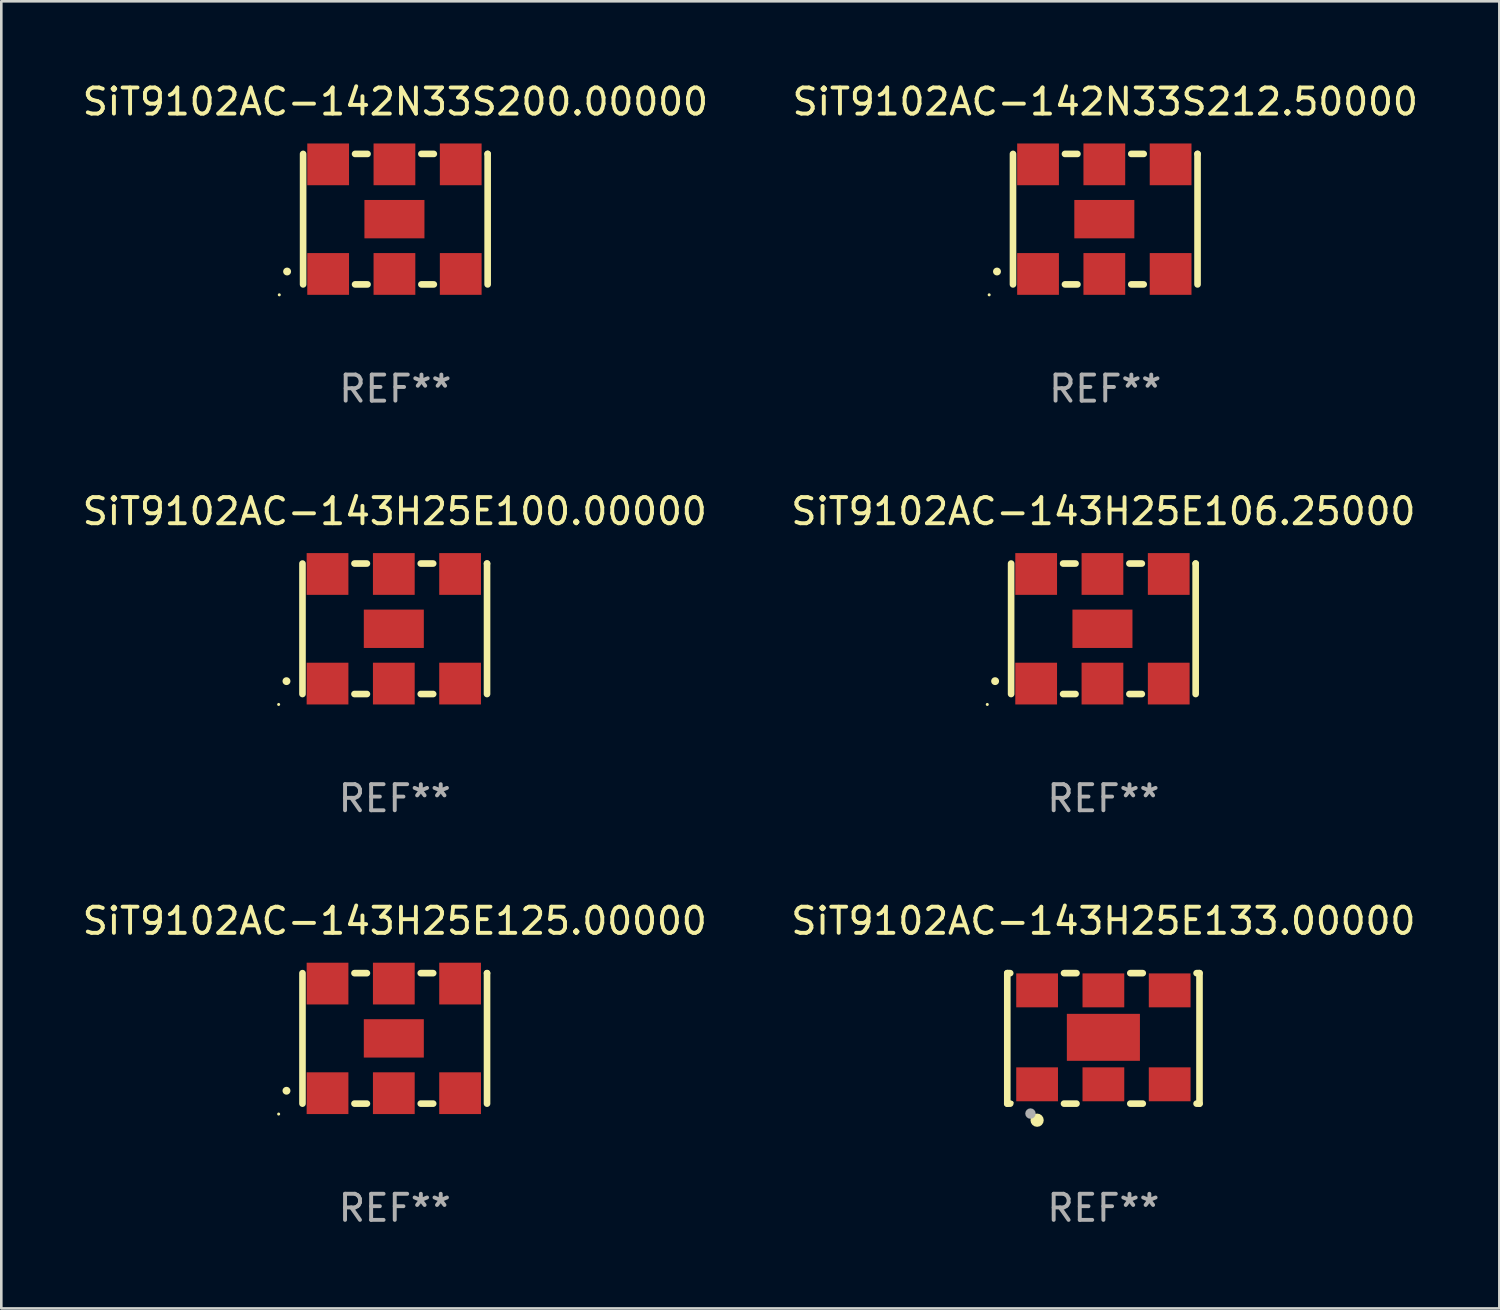
<source format=kicad_pcb>
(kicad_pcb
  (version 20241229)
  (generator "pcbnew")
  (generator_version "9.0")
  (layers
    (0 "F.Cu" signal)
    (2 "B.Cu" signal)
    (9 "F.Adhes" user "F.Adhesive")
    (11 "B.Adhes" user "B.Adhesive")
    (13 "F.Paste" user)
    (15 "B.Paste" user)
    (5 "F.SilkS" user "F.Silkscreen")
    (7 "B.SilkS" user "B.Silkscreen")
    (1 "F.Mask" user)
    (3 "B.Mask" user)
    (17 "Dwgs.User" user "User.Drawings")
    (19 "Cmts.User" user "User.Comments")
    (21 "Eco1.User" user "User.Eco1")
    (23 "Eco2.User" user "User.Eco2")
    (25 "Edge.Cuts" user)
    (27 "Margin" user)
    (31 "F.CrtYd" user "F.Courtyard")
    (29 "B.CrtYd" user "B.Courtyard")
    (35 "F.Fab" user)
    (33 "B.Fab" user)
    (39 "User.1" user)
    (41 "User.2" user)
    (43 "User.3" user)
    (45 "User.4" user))
  (footprint "SiT9102AC-142N33S200.00000"
    (layer "F.Cu")
    (at 12.101 5.348)
    (property "Reference" "SiT9102AC-142N33S200.00000" (at 0 -4.5 0) (layer "F.SilkS") (effects (font (size 1 1) (thickness 0.15))))
    (attr through_hole)
    (fp_line (start -3.536 -2.5) (end -3.536 2.5) (stroke (width 0.254) (type solid)) (layer "F.SilkS"))
    (fp_line (start -1.544 2.5) (end -1.067 2.5) (stroke (width 0.254) (type solid)) (layer "F.SilkS"))
    (fp_line (start -1.067 -2.5) (end -1.544 -2.5) (stroke (width 0.254) (type solid)) (layer "F.SilkS"))
    (fp_line (start 0.996 2.5) (end 1.473 2.5) (stroke (width 0.254) (type solid)) (layer "F.SilkS"))
    (fp_line (start 1.473 -2.5) (end 0.996 -2.5) (stroke (width 0.254) (type solid)) (layer "F.SilkS"))
    (fp_line (start 3.536 -2.5) (end 3.536 -2.5) (stroke (width 0.254) (type solid)) (layer "F.SilkS"))
    (fp_line (start 3.536 2.5) (end 3.536 -2.5) (stroke (width 0.254) (type solid)) (layer "F.SilkS"))
    (fp_arc (start -4.150432 2.006604) (mid -4.149162 2.006599) (end -4.147892 2.006604) (stroke (width 0.3) (type solid)) (layer "F.SilkS"))
    (fp_circle (center -4.449 2.9) (end -4.419 2.9) (stroke (width 0.06) (type solid)) (fill no) (layer "F.SilkS"))
    (fp_text user "REF**" (at 0 6.5 0) (layer "F.Fab") (effects (font (size 1 1) (thickness 0.15))))
    (pad "1" smd rect (at -2.576 2.1) (size 1.6 1.6) (layers "F.Cu" "F.Mask" "F.Paste"))
    (pad "2" smd rect (at -0.036 2.1) (size 1.6 1.6) (layers "F.Cu" "F.Mask" "F.Paste"))
    (pad "3" smd rect (at 2.504 2.1) (size 1.6 1.6) (layers "F.Cu" "F.Mask" "F.Paste"))
    (pad "4" smd rect (at 2.504 -2.1) (size 1.6 1.6) (layers "F.Cu" "F.Mask" "F.Paste"))
    (pad "5" smd rect (at -0.036 -2.1) (size 1.6 1.6) (layers "F.Cu" "F.Mask" "F.Paste"))
    (pad "6" smd rect (at -2.576 -2.1) (size 1.6 1.6) (layers "F.Cu" "F.Mask" "F.Paste"))
    (pad "7" smd rect (at -0.036 0) (size 2.3 1.47) (layers "F.Cu" "F.Mask" "F.Paste")))
  (footprint "SiT9102AC-143H25E106.25000"
    (layer "F.Cu")
    (at 39.232 21.045)
    (property "Reference" "SiT9102AC-143H25E106.25000" (at 0 -4.5 0) (layer "F.SilkS") (effects (font (size 1 1) (thickness 0.15))))
    (attr through_hole)
    (fp_line (start -3.536 -2.5) (end -3.536 2.5) (stroke (width 0.254) (type solid)) (layer "F.SilkS"))
    (fp_line (start -1.544 2.5) (end -1.067 2.5) (stroke (width 0.254) (type solid)) (layer "F.SilkS"))
    (fp_line (start -1.067 -2.5) (end -1.544 -2.5) (stroke (width 0.254) (type solid)) (layer "F.SilkS"))
    (fp_line (start 0.996 2.5) (end 1.473 2.5) (stroke (width 0.254) (type solid)) (layer "F.SilkS"))
    (fp_line (start 1.473 -2.5) (end 0.996 -2.5) (stroke (width 0.254) (type solid)) (layer "F.SilkS"))
    (fp_line (start 3.536 -2.5) (end 3.536 -2.5) (stroke (width 0.254) (type solid)) (layer "F.SilkS"))
    (fp_line (start 3.536 2.5) (end 3.536 -2.5) (stroke (width 0.254) (type solid)) (layer "F.SilkS"))
    (fp_arc (start -4.150432 2.006604) (mid -4.149162 2.006599) (end -4.147892 2.006604) (stroke (width 0.3) (type solid)) (layer "F.SilkS"))
    (fp_circle (center -4.449 2.9) (end -4.419 2.9) (stroke (width 0.06) (type solid)) (fill no) (layer "F.SilkS"))
    (fp_text user "REF**" (at 0 6.5 0) (layer "F.Fab") (effects (font (size 1 1) (thickness 0.15))))
    (pad "1" smd rect (at -2.576 2.1) (size 1.6 1.6) (layers "F.Cu" "F.Mask" "F.Paste"))
    (pad "2" smd rect (at -0.036 2.1) (size 1.6 1.6) (layers "F.Cu" "F.Mask" "F.Paste"))
    (pad "3" smd rect (at 2.504 2.1) (size 1.6 1.6) (layers "F.Cu" "F.Mask" "F.Paste"))
    (pad "4" smd rect (at 2.504 -2.1) (size 1.6 1.6) (layers "F.Cu" "F.Mask" "F.Paste"))
    (pad "5" smd rect (at -0.036 -2.1) (size 1.6 1.6) (layers "F.Cu" "F.Mask" "F.Paste"))
    (pad "6" smd rect (at -2.576 -2.1) (size 1.6 1.6) (layers "F.Cu" "F.Mask" "F.Paste"))
    (pad "7" smd rect (at -0.036 0) (size 2.3 1.47) (layers "F.Cu" "F.Mask" "F.Paste")))
  (footprint "SiT9102AC-143H25E133.00000"
    (layer "F.Cu")
    (at 39.232 36.741)
    (property "Reference" "SiT9102AC-143H25E133.00000" (at 0 -4.5 0) (layer "F.SilkS") (effects (font (size 1 1) (thickness 0.15))))
    (attr through_hole)
    (fp_line (start -3.683 -2.5) (end -3.571 -2.5) (stroke (width 0.254) (type solid)) (layer "F.SilkS"))
    (fp_line (start -3.683 2.5) (end -3.683 -2.5) (stroke (width 0.254) (type solid)) (layer "F.SilkS"))
    (fp_line (start -3.683 2.5) (end -3.571 2.5) (stroke (width 0.254) (type solid)) (layer "F.SilkS"))
    (fp_line (start -1.509 -2.5) (end -1.031 -2.5) (stroke (width 0.254) (type solid)) (layer "F.SilkS"))
    (fp_line (start -1.509 2.5) (end -1.031 2.5) (stroke (width 0.254) (type solid)) (layer "F.SilkS"))
    (fp_line (start 1.031 -2.5) (end 1.509 -2.5) (stroke (width 0.254) (type solid)) (layer "F.SilkS"))
    (fp_line (start 1.031 2.5) (end 1.509 2.5) (stroke (width 0.254) (type solid)) (layer "F.SilkS"))
    (fp_line (start 3.571 -2.5) (end 3.683 -2.5) (stroke (width 0.254) (type solid)) (layer "F.SilkS"))
    (fp_line (start 3.571 2.5) (end 3.683 2.5) (stroke (width 0.254) (type solid)) (layer "F.SilkS"))
    (fp_line (start 3.683 2.5) (end 3.683 -2.5) (stroke (width 0.254) (type solid)) (layer "F.SilkS"))
    (fp_circle (center -3.5 2.46) (end -3.47 2.46) (stroke (width 0.06) (type solid)) (fill no) (layer "F.SilkS"))
    (fp_circle (center -2.54 3.135) (end -2.413 3.135) (stroke (width 0.254) (type solid)) (fill no) (layer "F.SilkS"))
    (fp_circle (center -2.794 2.881) (end -2.694 2.881) (stroke (width 0.2) (type solid)) (fill no) (layer "F.Fab"))
    (fp_text user "REF**" (at 0 6.5 0) (layer "F.Fab") (effects (font (size 1 1) (thickness 0.15))))
    (pad "1" smd rect (at -2.54 1.76) (size 1.6 1.3) (layers "F.Cu" "F.Mask" "F.Paste"))
    (pad "2" smd rect (at 0 1.76) (size 1.6 1.3) (layers "F.Cu" "F.Mask" "F.Paste"))
    (pad "3" smd rect (at 2.54 1.76) (size 1.6 1.3) (layers "F.Cu" "F.Mask" "F.Paste"))
    (pad "4" smd rect (at 2.54 -1.84) (size 1.6 1.3) (layers "F.Cu" "F.Mask" "F.Paste"))
    (pad "5" smd rect (at 0 -1.84) (size 1.6 1.3) (layers "F.Cu" "F.Mask" "F.Paste"))
    (pad "6" smd rect (at -2.54 -1.84) (size 1.6 1.3) (layers "F.Cu" "F.Mask" "F.Paste"))
    (pad "7" smd rect (at 0 -0.04) (size 2.8 1.8) (layers "F.Cu" "F.Mask" "F.Paste")))
  (footprint "SiT9102AC-142N33S212.50000"
    (layer "F.Cu")
    (at 39.304 5.348)
    (property "Reference" "SiT9102AC-142N33S212.50000" (at 0 -4.5 0) (layer "F.SilkS") (effects (font (size 1 1) (thickness 0.15))))
    (attr through_hole)
    (fp_line (start -3.536 -2.5) (end -3.536 2.5) (stroke (width 0.254) (type solid)) (layer "F.SilkS"))
    (fp_line (start -1.544 2.5) (end -1.067 2.5) (stroke (width 0.254) (type solid)) (layer "F.SilkS"))
    (fp_line (start -1.067 -2.5) (end -1.544 -2.5) (stroke (width 0.254) (type solid)) (layer "F.SilkS"))
    (fp_line (start 0.996 2.5) (end 1.473 2.5) (stroke (width 0.254) (type solid)) (layer "F.SilkS"))
    (fp_line (start 1.473 -2.5) (end 0.996 -2.5) (stroke (width 0.254) (type solid)) (layer "F.SilkS"))
    (fp_line (start 3.536 -2.5) (end 3.536 -2.5) (stroke (width 0.254) (type solid)) (layer "F.SilkS"))
    (fp_line (start 3.536 2.5) (end 3.536 -2.5) (stroke (width 0.254) (type solid)) (layer "F.SilkS"))
    (fp_arc (start -4.150432 2.006604) (mid -4.149162 2.006599) (end -4.147892 2.006604) (stroke (width 0.3) (type solid)) (layer "F.SilkS"))
    (fp_circle (center -4.449 2.9) (end -4.419 2.9) (stroke (width 0.06) (type solid)) (fill no) (layer "F.SilkS"))
    (fp_text user "REF**" (at 0 6.5 0) (layer "F.Fab") (effects (font (size 1 1) (thickness 0.15))))
    (pad "1" smd rect (at -2.576 2.1) (size 1.6 1.6) (layers "F.Cu" "F.Mask" "F.Paste"))
    (pad "2" smd rect (at -0.036 2.1) (size 1.6 1.6) (layers "F.Cu" "F.Mask" "F.Paste"))
    (pad "3" smd rect (at 2.504 2.1) (size 1.6 1.6) (layers "F.Cu" "F.Mask" "F.Paste"))
    (pad "4" smd rect (at 2.504 -2.1) (size 1.6 1.6) (layers "F.Cu" "F.Mask" "F.Paste"))
    (pad "5" smd rect (at -0.036 -2.1) (size 1.6 1.6) (layers "F.Cu" "F.Mask" "F.Paste"))
    (pad "6" smd rect (at -2.576 -2.1) (size 1.6 1.6) (layers "F.Cu" "F.Mask" "F.Paste"))
    (pad "7" smd rect (at -0.036 0) (size 2.3 1.47) (layers "F.Cu" "F.Mask" "F.Paste")))
  (footprint "SiT9102AC-143H25E125.00000"
    (layer "F.Cu")
    (at 12.077 36.741)
    (property "Reference" "SiT9102AC-143H25E125.00000" (at 0 -4.5 0) (layer "F.SilkS") (effects (font (size 1 1) (thickness 0.15))))
    (attr through_hole)
    (fp_line (start -3.536 -2.5) (end -3.536 2.5) (stroke (width 0.254) (type solid)) (layer "F.SilkS"))
    (fp_line (start -1.544 2.5) (end -1.067 2.5) (stroke (width 0.254) (type solid)) (layer "F.SilkS"))
    (fp_line (start -1.067 -2.5) (end -1.544 -2.5) (stroke (width 0.254) (type solid)) (layer "F.SilkS"))
    (fp_line (start 0.996 2.5) (end 1.473 2.5) (stroke (width 0.254) (type solid)) (layer "F.SilkS"))
    (fp_line (start 1.473 -2.5) (end 0.996 -2.5) (stroke (width 0.254) (type solid)) (layer "F.SilkS"))
    (fp_line (start 3.536 -2.5) (end 3.536 -2.5) (stroke (width 0.254) (type solid)) (layer "F.SilkS"))
    (fp_line (start 3.536 2.5) (end 3.536 -2.5) (stroke (width 0.254) (type solid)) (layer "F.SilkS"))
    (fp_arc (start -4.150432 2.006604) (mid -4.149162 2.006599) (end -4.147892 2.006604) (stroke (width 0.3) (type solid)) (layer "F.SilkS"))
    (fp_circle (center -4.449 2.9) (end -4.419 2.9) (stroke (width 0.06) (type solid)) (fill no) (layer "F.SilkS"))
    (fp_text user "REF**" (at 0 6.5 0) (layer "F.Fab") (effects (font (size 1 1) (thickness 0.15))))
    (pad "1" smd rect (at -2.576 2.1) (size 1.6 1.6) (layers "F.Cu" "F.Mask" "F.Paste"))
    (pad "2" smd rect (at -0.036 2.1) (size 1.6 1.6) (layers "F.Cu" "F.Mask" "F.Paste"))
    (pad "3" smd rect (at 2.504 2.1) (size 1.6 1.6) (layers "F.Cu" "F.Mask" "F.Paste"))
    (pad "4" smd rect (at 2.504 -2.1) (size 1.6 1.6) (layers "F.Cu" "F.Mask" "F.Paste"))
    (pad "5" smd rect (at -0.036 -2.1) (size 1.6 1.6) (layers "F.Cu" "F.Mask" "F.Paste"))
    (pad "6" smd rect (at -2.576 -2.1) (size 1.6 1.6) (layers "F.Cu" "F.Mask" "F.Paste"))
    (pad "7" smd rect (at -0.036 0) (size 2.3 1.47) (layers "F.Cu" "F.Mask" "F.Paste")))
  (footprint "SiT9102AC-143H25E100.00000"
    (layer "F.Cu")
    (at 12.077 21.045)
    (property "Reference" "SiT9102AC-143H25E100.00000" (at 0 -4.5 0) (layer "F.SilkS") (effects (font (size 1 1) (thickness 0.15))))
    (attr through_hole)
    (fp_line (start -3.536 -2.5) (end -3.536 2.5) (stroke (width 0.254) (type solid)) (layer "F.SilkS"))
    (fp_line (start -1.544 2.5) (end -1.067 2.5) (stroke (width 0.254) (type solid)) (layer "F.SilkS"))
    (fp_line (start -1.067 -2.5) (end -1.544 -2.5) (stroke (width 0.254) (type solid)) (layer "F.SilkS"))
    (fp_line (start 0.996 2.5) (end 1.473 2.5) (stroke (width 0.254) (type solid)) (layer "F.SilkS"))
    (fp_line (start 1.473 -2.5) (end 0.996 -2.5) (stroke (width 0.254) (type solid)) (layer "F.SilkS"))
    (fp_line (start 3.536 -2.5) (end 3.536 -2.5) (stroke (width 0.254) (type solid)) (layer "F.SilkS"))
    (fp_line (start 3.536 2.5) (end 3.536 -2.5) (stroke (width 0.254) (type solid)) (layer "F.SilkS"))
    (fp_arc (start -4.150432 2.006604) (mid -4.149162 2.006599) (end -4.147892 2.006604) (stroke (width 0.3) (type solid)) (layer "F.SilkS"))
    (fp_circle (center -4.449 2.9) (end -4.419 2.9) (stroke (width 0.06) (type solid)) (fill no) (layer "F.SilkS"))
    (fp_text user "REF**" (at 0 6.5 0) (layer "F.Fab") (effects (font (size 1 1) (thickness 0.15))))
    (pad "1" smd rect (at -2.576 2.1) (size 1.6 1.6) (layers "F.Cu" "F.Mask" "F.Paste"))
    (pad "2" smd rect (at -0.036 2.1) (size 1.6 1.6) (layers "F.Cu" "F.Mask" "F.Paste"))
    (pad "3" smd rect (at 2.504 2.1) (size 1.6 1.6) (layers "F.Cu" "F.Mask" "F.Paste"))
    (pad "4" smd rect (at 2.504 -2.1) (size 1.6 1.6) (layers "F.Cu" "F.Mask" "F.Paste"))
    (pad "5" smd rect (at -0.036 -2.1) (size 1.6 1.6) (layers "F.Cu" "F.Mask" "F.Paste"))
    (pad "6" smd rect (at -2.576 -2.1) (size 1.6 1.6) (layers "F.Cu" "F.Mask" "F.Paste"))
    (pad "7" smd rect (at -0.036 0) (size 2.3 1.47) (layers "F.Cu" "F.Mask" "F.Paste")))
  (gr_rect
    (start -3 -3)
    (end 54.405 47.09)
    (stroke (width 0.1) (type default))
    (fill no)
    (layer "Edge.Cuts")))
</source>
